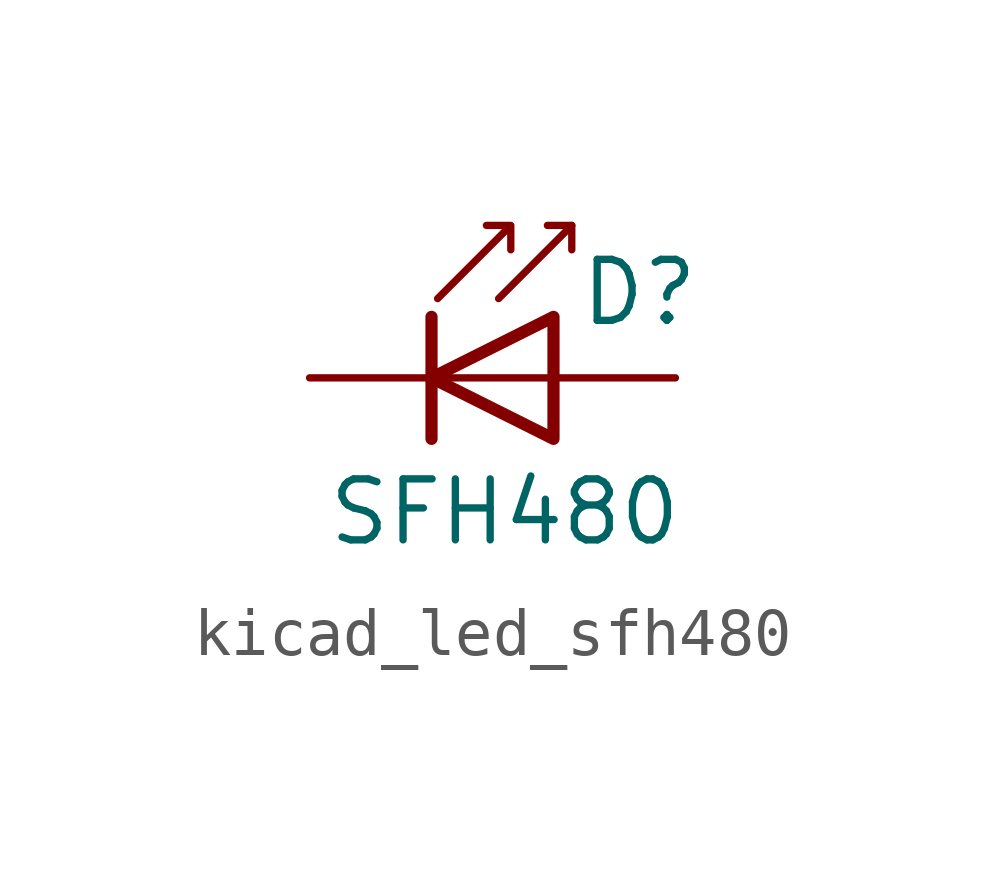
<source format=kicad_sym>
(kicad_symbol_lib
  (version 20220914)
  (generator kicad_symbol_editor)
  (symbol "kicad_led_sfh480"
    (pin_numbers hide)
    (pin_names
      (offset 1.016) hide)
    (property "Reference" "D"
      (at 0.508 1.778 0)
      (effects (font (size 1.27 1.27)) (justify left)))
    (property "Value" "SFH480"
      (at -1.016 -2.794 0)
      (effects (font (size 1.27 1.27))))
    (symbol "kicad_led_sfh480_0_1"
      (polyline (pts (xy -2.54 1.27) (xy -2.54 -1.27)) (stroke (width 0.254) (type default)) (fill (type none)))
      (polyline (pts (xy 0 0) (xy -2.54 0)) (stroke (width 0) (type default)) (fill (type none)))
      (polyline (pts (xy 0.381 3.175) (xy -0.127 3.175)) (stroke (width 0) (type default)) (fill (type none)))
      (polyline (pts (xy -1.143 1.651) (xy 0.381 3.175) (xy 0.381 2.667)) (stroke (width 0) (type default)) (fill (type none)))
      (polyline (pts (xy 0 1.27) (xy 0 -1.27) (xy -2.54 0) (xy 0 1.27)) (stroke (width 0.254) (type default)) (fill (type none)))
      (polyline (pts (xy -2.413 1.651) (xy -0.889 3.175) (xy -0.889 2.667) (xy -0.889 3.175) (xy -1.397 3.175)) (stroke (width 0) (type default)) (fill (type none))))
    (symbol "kicad_led_sfh480_1_1"
      (pin passive line (at -5.08 0 0) (length 2.54) (name "K" (effects (font (size 1.27 1.27)))) (number "1" (effects (font (size 1.27 1.27)))))
      (pin passive line (at 2.54 0 180) (length 2.54) (name "A" (effects (font (size 1.27 1.27)))) (number "2" (effects (font (size 1.27 1.27))))))))
</source>
